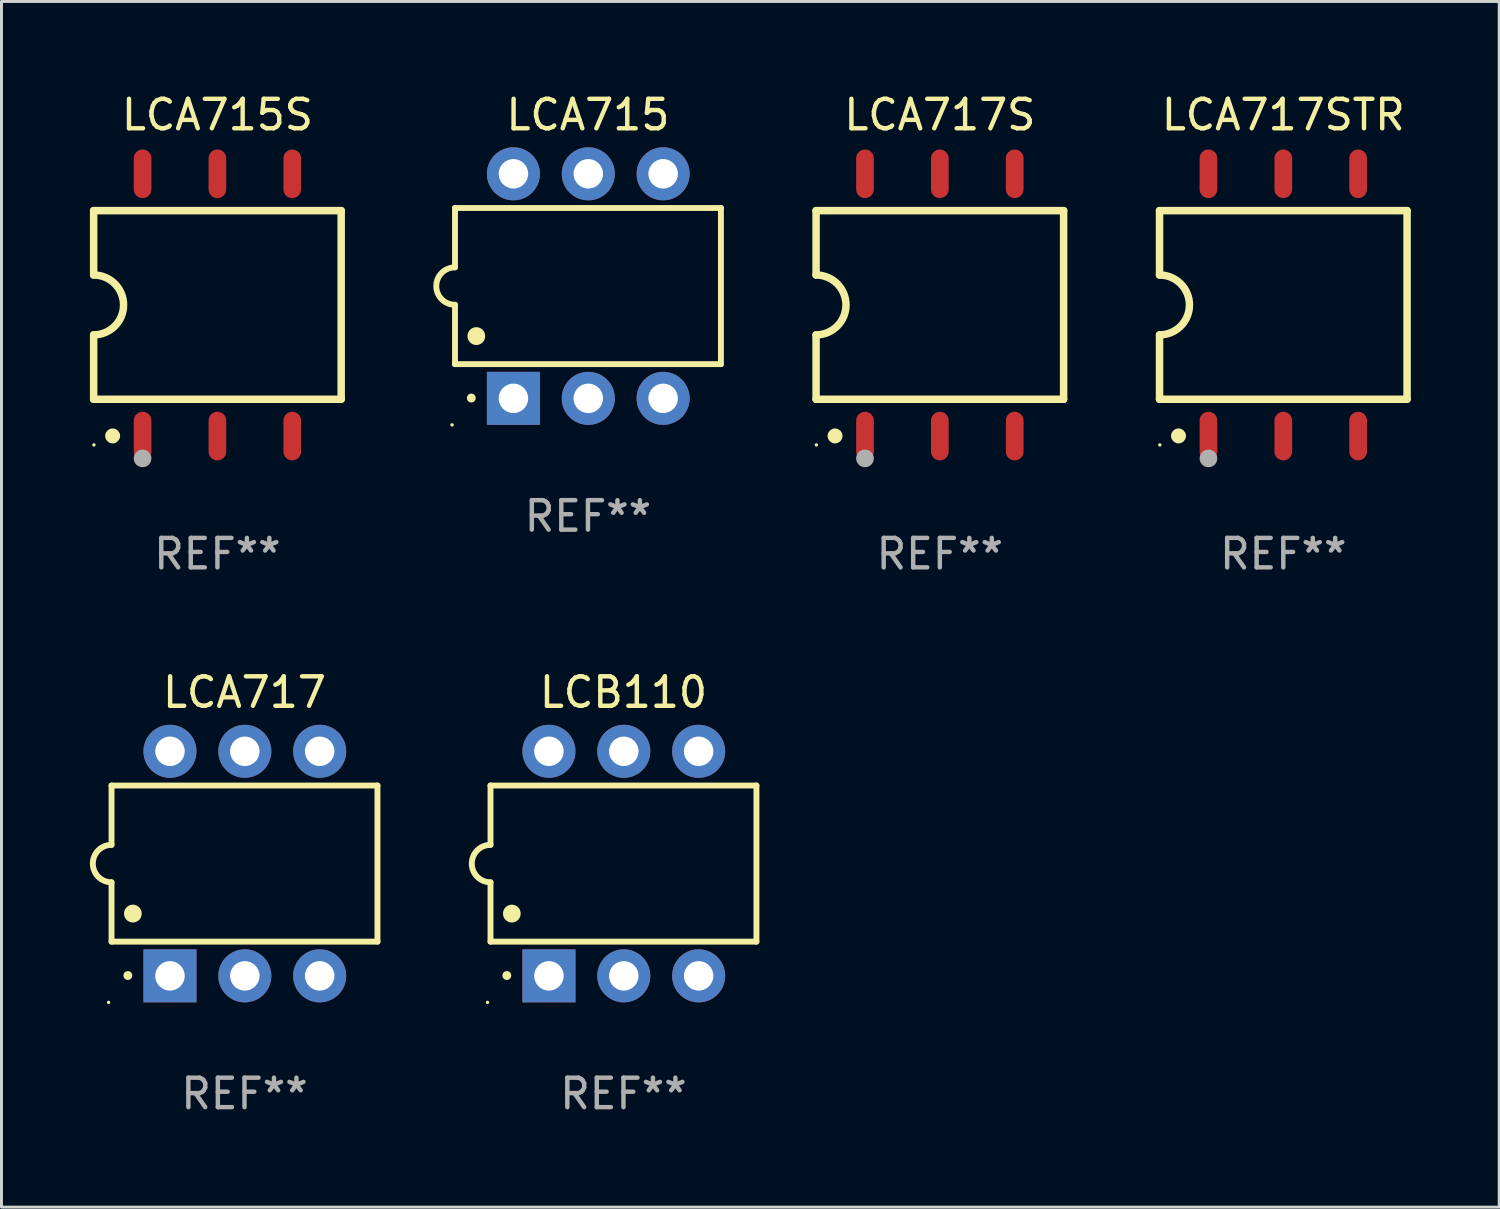
<source format=kicad_pcb>
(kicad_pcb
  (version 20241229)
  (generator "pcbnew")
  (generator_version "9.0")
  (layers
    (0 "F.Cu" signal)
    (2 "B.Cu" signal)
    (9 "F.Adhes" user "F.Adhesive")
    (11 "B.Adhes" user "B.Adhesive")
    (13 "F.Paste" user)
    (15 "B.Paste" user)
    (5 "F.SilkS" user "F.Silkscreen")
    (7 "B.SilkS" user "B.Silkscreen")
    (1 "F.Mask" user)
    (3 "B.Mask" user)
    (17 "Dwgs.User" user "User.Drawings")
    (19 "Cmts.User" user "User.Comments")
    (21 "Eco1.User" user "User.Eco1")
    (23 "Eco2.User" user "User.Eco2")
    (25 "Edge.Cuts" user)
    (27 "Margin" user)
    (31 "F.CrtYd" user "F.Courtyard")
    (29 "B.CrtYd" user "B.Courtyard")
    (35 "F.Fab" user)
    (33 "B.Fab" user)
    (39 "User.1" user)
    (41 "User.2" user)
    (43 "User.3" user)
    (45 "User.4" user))
  (footprint "LCA717STR"
    (layer "F.Cu")
    (at 40.498 7.298)
    (property "Reference" "LCA717STR" (at 0 -6.45 0) (layer "F.SilkS") (effects (font (size 1 1) (thickness 0.15))))
    (attr through_hole)
    (fp_line (start -4.2 -3.2) (end -4.2 -1.016) (stroke (width 0.254) (type solid)) (layer "F.SilkS"))
    (fp_line (start -4.2 -3.2) (end 4.2 -3.2) (stroke (width 0.254) (type solid)) (layer "F.SilkS"))
    (fp_line (start -4.2 3.2) (end -4.2 1.016) (stroke (width 0.254) (type solid)) (layer "F.SilkS"))
    (fp_line (start 4.2 -3.2) (end 4.2 3.2) (stroke (width 0.254) (type solid)) (layer "F.SilkS"))
    (fp_line (start 4.2 3.2) (end -4.2 3.2) (stroke (width 0.254) (type solid)) (layer "F.SilkS"))
    (fp_arc (start -4.201169 -1.016003) (mid -3.185166 -0.000585) (end -4.2 1.016002) (stroke (width 0.254001) (type solid)) (layer "F.SilkS"))
    (fp_circle (center -4.19 4.75) (end -4.16 4.75) (stroke (width 0.06) (type solid)) (fill no) (layer "F.SilkS"))
    (fp_circle (center -3.556 4.445) (end -3.429 4.445) (stroke (width 0.254) (type solid)) (fill no) (layer "F.SilkS"))
    (fp_circle (center -2.54 5.207) (end -2.39 5.207) (stroke (width 0.3) (type solid)) (fill no) (layer "F.Fab"))
    (fp_text user "REF**" (at 0 8.45 0) (layer "F.Fab") (effects (font (size 1 1) (thickness 0.15))))
    (pad "1" smd oval (at -2.54 4.45 90) (size 1.65 0.6) (layers "F.Cu" "F.Mask" "F.Paste"))
    (pad "2" smd oval (at 0 4.45 90) (size 1.65 0.6) (layers "F.Cu" "F.Mask" "F.Paste"))
    (pad "3" smd oval (at 2.54 4.45 90) (size 1.65 0.6) (layers "F.Cu" "F.Mask" "F.Paste"))
    (pad "4" smd oval (at 2.54 -4.45 90) (size 1.65 0.6) (layers "F.Cu" "F.Mask" "F.Paste"))
    (pad "5" smd oval (at 0 -4.45 90) (size 1.65 0.6) (layers "F.Cu" "F.Mask" "F.Paste"))
    (pad "6" smd oval (at -2.54 -4.45 90) (size 1.65 0.6) (layers "F.Cu" "F.Mask" "F.Paste")))
  (footprint "LCA717"
    (layer "F.Cu")
    (at 5.247 26.255)
    (property "Reference" "LCA717" (at 0 -5.81 0) (layer "F.SilkS") (effects (font (size 1 1) (thickness 0.15))))
    (attr through_hole)
    (fp_line (start -4.512 -2.649) (end 4.512 -2.649) (stroke (width 0.2) (type solid)) (layer "F.SilkS"))
    (fp_line (start -4.512 -0.635) (end -4.512 -2.649) (stroke (width 0.2) (type solid)) (layer "F.SilkS"))
    (fp_line (start -4.512 2.649) (end -4.512 0.635) (stroke (width 0.2) (type solid)) (layer "F.SilkS"))
    (fp_line (start 4.512 -2.649) (end 4.512 2.649) (stroke (width 0.2) (type solid)) (layer "F.SilkS"))
    (fp_line (start 4.512 2.649) (end -4.512 2.649) (stroke (width 0.2) (type solid)) (layer "F.SilkS"))
    (fp_arc (start -4.512319 0.635001) (mid -5.14732 0) (end -4.512319 -0.635001) (stroke (width 0.2) (type solid)) (layer "F.SilkS"))
    (fp_arc (start -3.958598 3.799848) (mid -3.958603 3.798578) (end -3.958598 3.797308) (stroke (width 0.3) (type solid)) (layer "F.SilkS"))
    (fp_arc (start -3.788418 1.699263) (mid -3.788429 1.696723) (end -3.788418 1.694183) (stroke (width 0.6) (type solid)) (layer "F.SilkS"))
    (fp_circle (center -4.612 4.71) (end -4.582 4.71) (stroke (width 0.06) (type solid)) (fill no) (layer "F.SilkS"))
    (fp_text user "REF**" (at 0 7.81 0) (layer "F.Fab") (effects (font (size 1 1) (thickness 0.15))))
    (pad "1" thru_hole rect (at -2.529 3.81 90) (size 1.8 1.8) (drill 1) (layers "*.Cu" "*.Mask"))
    (pad "2" thru_hole circle (at 0.011 3.81) (size 1.8 1.8) (drill 1) (layers "*.Cu" "*.Mask"))
    (pad "3" thru_hole circle (at 2.551 3.81) (size 1.8 1.8) (drill 1) (layers "*.Cu" "*.Mask"))
    (pad "4" thru_hole circle (at 2.551 -3.81) (size 1.8 1.8) (drill 1) (layers "*.Cu" "*.Mask"))
    (pad "5" thru_hole circle (at 0.011 -3.81) (size 1.8 1.8) (drill 1) (layers "*.Cu" "*.Mask"))
    (pad "6" thru_hole circle (at -2.529 -3.81) (size 1.8 1.8) (drill 1) (layers "*.Cu" "*.Mask")))
  (footprint "LCB110"
    (layer "F.Cu")
    (at 18.107 26.255)
    (property "Reference" "LCB110" (at 0 -5.81 0) (layer "F.SilkS") (effects (font (size 1 1) (thickness 0.15))))
    (attr through_hole)
    (fp_line (start -4.512 -2.649) (end 4.512 -2.649) (stroke (width 0.2) (type solid)) (layer "F.SilkS"))
    (fp_line (start -4.512 -0.635) (end -4.512 -2.649) (stroke (width 0.2) (type solid)) (layer "F.SilkS"))
    (fp_line (start -4.512 2.649) (end -4.512 0.635) (stroke (width 0.2) (type solid)) (layer "F.SilkS"))
    (fp_line (start 4.512 -2.649) (end 4.512 2.649) (stroke (width 0.2) (type solid)) (layer "F.SilkS"))
    (fp_line (start 4.512 2.649) (end -4.512 2.649) (stroke (width 0.2) (type solid)) (layer "F.SilkS"))
    (fp_arc (start -4.512319 0.635001) (mid -5.14732 0) (end -4.512319 -0.635001) (stroke (width 0.2) (type solid)) (layer "F.SilkS"))
    (fp_arc (start -3.958598 3.799848) (mid -3.958603 3.798578) (end -3.958598 3.797308) (stroke (width 0.3) (type solid)) (layer "F.SilkS"))
    (fp_arc (start -3.788418 1.699263) (mid -3.788429 1.696723) (end -3.788418 1.694183) (stroke (width 0.6) (type solid)) (layer "F.SilkS"))
    (fp_circle (center -4.612 4.71) (end -4.582 4.71) (stroke (width 0.06) (type solid)) (fill no) (layer "F.SilkS"))
    (fp_text user "REF**" (at 0 7.81 0) (layer "F.Fab") (effects (font (size 1 1) (thickness 0.15))))
    (pad "1" thru_hole rect (at -2.529 3.81 90) (size 1.8 1.8) (drill 1) (layers "*.Cu" "*.Mask"))
    (pad "2" thru_hole circle (at 0.011 3.81) (size 1.8 1.8) (drill 1) (layers "*.Cu" "*.Mask"))
    (pad "3" thru_hole circle (at 2.551 3.81) (size 1.8 1.8) (drill 1) (layers "*.Cu" "*.Mask"))
    (pad "4" thru_hole circle (at 2.551 -3.81) (size 1.8 1.8) (drill 1) (layers "*.Cu" "*.Mask"))
    (pad "5" thru_hole circle (at 0.011 -3.81) (size 1.8 1.8) (drill 1) (layers "*.Cu" "*.Mask"))
    (pad "6" thru_hole circle (at -2.529 -3.81) (size 1.8 1.8) (drill 1) (layers "*.Cu" "*.Mask")))
  (footprint "LCA717S"
    (layer "F.Cu")
    (at 28.843 7.298)
    (property "Reference" "LCA717S" (at 0 -6.45 0) (layer "F.SilkS") (effects (font (size 1 1) (thickness 0.15))))
    (attr through_hole)
    (fp_line (start -4.2 -3.2) (end -4.2 -1.016) (stroke (width 0.254) (type solid)) (layer "F.SilkS"))
    (fp_line (start -4.2 -3.2) (end 4.2 -3.2) (stroke (width 0.254) (type solid)) (layer "F.SilkS"))
    (fp_line (start -4.2 3.2) (end -4.2 1.016) (stroke (width 0.254) (type solid)) (layer "F.SilkS"))
    (fp_line (start 4.2 -3.2) (end 4.2 3.2) (stroke (width 0.254) (type solid)) (layer "F.SilkS"))
    (fp_line (start 4.2 3.2) (end -4.2 3.2) (stroke (width 0.254) (type solid)) (layer "F.SilkS"))
    (fp_arc (start -4.201169 -1.016003) (mid -3.185166 -0.000585) (end -4.2 1.016002) (stroke (width 0.254001) (type solid)) (layer "F.SilkS"))
    (fp_circle (center -4.19 4.75) (end -4.16 4.75) (stroke (width 0.06) (type solid)) (fill no) (layer "F.SilkS"))
    (fp_circle (center -3.556 4.445) (end -3.429 4.445) (stroke (width 0.254) (type solid)) (fill no) (layer "F.SilkS"))
    (fp_circle (center -2.54 5.207) (end -2.39 5.207) (stroke (width 0.3) (type solid)) (fill no) (layer "F.Fab"))
    (fp_text user "REF**" (at 0 8.45 0) (layer "F.Fab") (effects (font (size 1 1) (thickness 0.15))))
    (pad "1" smd oval (at -2.54 4.45 90) (size 1.65 0.6) (layers "F.Cu" "F.Mask" "F.Paste"))
    (pad "2" smd oval (at 0 4.45 90) (size 1.65 0.6) (layers "F.Cu" "F.Mask" "F.Paste"))
    (pad "3" smd oval (at 2.54 4.45 90) (size 1.65 0.6) (layers "F.Cu" "F.Mask" "F.Paste"))
    (pad "4" smd oval (at 2.54 -4.45 90) (size 1.65 0.6) (layers "F.Cu" "F.Mask" "F.Paste"))
    (pad "5" smd oval (at 0 -4.45 90) (size 1.65 0.6) (layers "F.Cu" "F.Mask" "F.Paste"))
    (pad "6" smd oval (at -2.54 -4.45 90) (size 1.65 0.6) (layers "F.Cu" "F.Mask" "F.Paste")))
  (footprint "LCA715"
    (layer "F.Cu")
    (at 16.902 6.658)
    (property "Reference" "LCA715" (at 0 -5.81 0) (layer "F.SilkS") (effects (font (size 1 1) (thickness 0.15))))
    (attr through_hole)
    (fp_line (start -4.512 -2.649) (end 4.512 -2.649) (stroke (width 0.2) (type solid)) (layer "F.SilkS"))
    (fp_line (start -4.512 -0.635) (end -4.512 -2.649) (stroke (width 0.2) (type solid)) (layer "F.SilkS"))
    (fp_line (start -4.512 2.649) (end -4.512 0.635) (stroke (width 0.2) (type solid)) (layer "F.SilkS"))
    (fp_line (start 4.512 -2.649) (end 4.512 2.649) (stroke (width 0.2) (type solid)) (layer "F.SilkS"))
    (fp_line (start 4.512 2.649) (end -4.512 2.649) (stroke (width 0.2) (type solid)) (layer "F.SilkS"))
    (fp_arc (start -4.512319 0.635001) (mid -5.14732 0) (end -4.512319 -0.635001) (stroke (width 0.2) (type solid)) (layer "F.SilkS"))
    (fp_arc (start -3.958598 3.799848) (mid -3.958603 3.798578) (end -3.958598 3.797308) (stroke (width 0.3) (type solid)) (layer "F.SilkS"))
    (fp_arc (start -3.788418 1.699263) (mid -3.788429 1.696723) (end -3.788418 1.694183) (stroke (width 0.6) (type solid)) (layer "F.SilkS"))
    (fp_circle (center -4.612 4.71) (end -4.582 4.71) (stroke (width 0.06) (type solid)) (fill no) (layer "F.SilkS"))
    (fp_text user "REF**" (at 0 7.81 0) (layer "F.Fab") (effects (font (size 1 1) (thickness 0.15))))
    (pad "1" thru_hole rect (at -2.529 3.81 90) (size 1.8 1.8) (drill 1) (layers "*.Cu" "*.Mask"))
    (pad "2" thru_hole circle (at 0.011 3.81) (size 1.8 1.8) (drill 1) (layers "*.Cu" "*.Mask"))
    (pad "3" thru_hole circle (at 2.551 3.81) (size 1.8 1.8) (drill 1) (layers "*.Cu" "*.Mask"))
    (pad "4" thru_hole circle (at 2.551 -3.81) (size 1.8 1.8) (drill 1) (layers "*.Cu" "*.Mask"))
    (pad "5" thru_hole circle (at 0.011 -3.81) (size 1.8 1.8) (drill 1) (layers "*.Cu" "*.Mask"))
    (pad "6" thru_hole circle (at -2.529 -3.81) (size 1.8 1.8) (drill 1) (layers "*.Cu" "*.Mask")))
  (footprint "LCA715S"
    (layer "F.Cu")
    (at 4.328 7.298)
    (property "Reference" "LCA715S" (at 0 -6.45 0) (layer "F.SilkS") (effects (font (size 1 1) (thickness 0.15))))
    (attr through_hole)
    (fp_line (start -4.2 -3.2) (end -4.2 -1.016) (stroke (width 0.254) (type solid)) (layer "F.SilkS"))
    (fp_line (start -4.2 -3.2) (end 4.2 -3.2) (stroke (width 0.254) (type solid)) (layer "F.SilkS"))
    (fp_line (start -4.2 3.2) (end -4.2 1.016) (stroke (width 0.254) (type solid)) (layer "F.SilkS"))
    (fp_line (start 4.2 -3.2) (end 4.2 3.2) (stroke (width 0.254) (type solid)) (layer "F.SilkS"))
    (fp_line (start 4.2 3.2) (end -4.2 3.2) (stroke (width 0.254) (type solid)) (layer "F.SilkS"))
    (fp_arc (start -4.201169 -1.016003) (mid -3.185166 -0.000585) (end -4.2 1.016002) (stroke (width 0.254001) (type solid)) (layer "F.SilkS"))
    (fp_circle (center -4.19 4.75) (end -4.16 4.75) (stroke (width 0.06) (type solid)) (fill no) (layer "F.SilkS"))
    (fp_circle (center -3.556 4.445) (end -3.429 4.445) (stroke (width 0.254) (type solid)) (fill no) (layer "F.SilkS"))
    (fp_circle (center -2.54 5.207) (end -2.39 5.207) (stroke (width 0.3) (type solid)) (fill no) (layer "F.Fab"))
    (fp_text user "REF**" (at 0 8.45 0) (layer "F.Fab") (effects (font (size 1 1) (thickness 0.15))))
    (pad "1" smd oval (at -2.54 4.45 90) (size 1.65 0.6) (layers "F.Cu" "F.Mask" "F.Paste"))
    (pad "2" smd oval (at 0 4.45 90) (size 1.65 0.6) (layers "F.Cu" "F.Mask" "F.Paste"))
    (pad "3" smd oval (at 2.54 4.45 90) (size 1.65 0.6) (layers "F.Cu" "F.Mask" "F.Paste"))
    (pad "4" smd oval (at 2.54 -4.45 90) (size 1.65 0.6) (layers "F.Cu" "F.Mask" "F.Paste"))
    (pad "5" smd oval (at 0 -4.45 90) (size 1.65 0.6) (layers "F.Cu" "F.Mask" "F.Paste"))
    (pad "6" smd oval (at -2.54 -4.45 90) (size 1.65 0.6) (layers "F.Cu" "F.Mask" "F.Paste")))
  (gr_rect
    (start -3 -3)
    (end 47.825 37.913)
    (stroke (width 0.1) (type default))
    (fill no)
    (layer "Edge.Cuts")))
</source>
